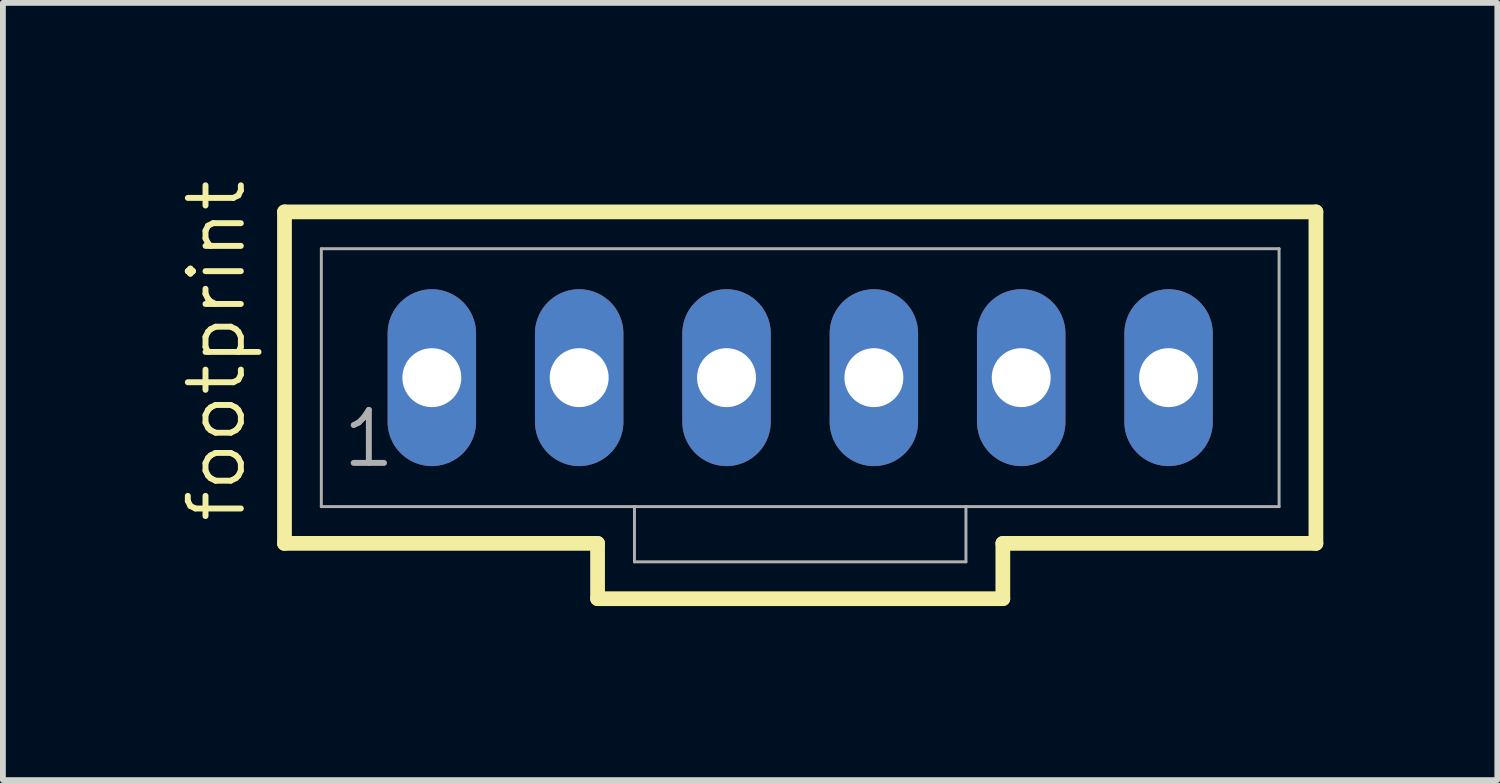
<source format=kicad_pcb>
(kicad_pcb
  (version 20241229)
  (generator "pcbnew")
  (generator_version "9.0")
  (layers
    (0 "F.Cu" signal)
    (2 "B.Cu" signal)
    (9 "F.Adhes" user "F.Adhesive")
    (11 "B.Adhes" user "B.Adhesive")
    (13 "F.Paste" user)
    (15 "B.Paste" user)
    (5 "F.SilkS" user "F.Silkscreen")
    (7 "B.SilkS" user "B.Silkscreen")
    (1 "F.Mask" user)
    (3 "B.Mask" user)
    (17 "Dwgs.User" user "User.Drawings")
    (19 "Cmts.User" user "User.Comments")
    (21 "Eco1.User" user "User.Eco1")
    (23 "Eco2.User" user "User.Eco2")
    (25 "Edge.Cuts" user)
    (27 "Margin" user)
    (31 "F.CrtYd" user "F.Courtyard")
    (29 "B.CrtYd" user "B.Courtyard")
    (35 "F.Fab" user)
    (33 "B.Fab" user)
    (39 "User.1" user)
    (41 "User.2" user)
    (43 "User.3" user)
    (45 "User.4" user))
  (footprint "footprint"
    (layer "F.Cu")
    (at 10.744 3.46)
    (property "Reference" "footprint" (at -9.525 2.54 90) (layer "F.SilkS") (effects (font (size 0.914 0.914) (thickness 0.102)) (justify left bottom)))
    (fp_line (start -8.89 -2.857) (end -8.89 2.857) (stroke (width 0.254) (type solid)) (layer "F.SilkS"))
    (fp_line (start -8.89 2.857) (end -3.493 2.857) (stroke (width 0.254) (type solid)) (layer "F.SilkS"))
    (fp_line (start -3.493 2.857) (end -3.493 3.81) (stroke (width 0.254) (type solid)) (layer "F.SilkS"))
    (fp_line (start -3.493 3.81) (end 3.493 3.81) (stroke (width 0.254) (type solid)) (layer "F.SilkS"))
    (fp_line (start 3.493 2.857) (end 8.89 2.857) (stroke (width 0.254) (type solid)) (layer "F.SilkS"))
    (fp_line (start 3.493 3.81) (end 3.493 2.857) (stroke (width 0.254) (type solid)) (layer "F.SilkS"))
    (fp_line (start 8.89 -2.857) (end -8.89 -2.857) (stroke (width 0.254) (type solid)) (layer "F.SilkS"))
    (fp_line (start 8.89 2.857) (end 8.89 -2.857) (stroke (width 0.254) (type solid)) (layer "F.SilkS"))
    (fp_line (start -8.255 -2.223) (end -8.255 2.223) (stroke (width 0.051) (type solid)) (layer "F.Fab"))
    (fp_line (start -8.255 -2.223) (end 8.255 -2.223) (stroke (width 0.051) (type solid)) (layer "F.Fab"))
    (fp_line (start -8.255 2.223) (end -2.857 2.223) (stroke (width 0.051) (type solid)) (layer "F.Fab"))
    (fp_line (start -2.857 2.223) (end -2.857 3.175) (stroke (width 0.051) (type solid)) (layer "F.Fab"))
    (fp_line (start -2.857 2.223) (end 2.857 2.223) (stroke (width 0.051) (type solid)) (layer "F.Fab"))
    (fp_line (start 2.857 2.223) (end 2.857 3.175) (stroke (width 0.051) (type solid)) (layer "F.Fab"))
    (fp_line (start 2.857 2.223) (end 8.255 2.223) (stroke (width 0.051) (type solid)) (layer "F.Fab"))
    (fp_line (start 2.857 3.175) (end -2.857 3.175) (stroke (width 0.051) (type solid)) (layer "F.Fab"))
    (fp_line (start 8.255 -2.223) (end 8.255 2.223) (stroke (width 0.051) (type solid)) (layer "F.Fab"))
    (fp_poly (pts (xy -6.588 0.238) (xy -6.112 0.238) (xy -6.112 -0.238) (xy -6.588 -0.238)) (stroke (width 0.1) (type solid)) (fill no) (layer "F.Fab"))
    (fp_poly (pts (xy -4.048 0.238) (xy -3.572 0.238) (xy -3.572 -0.238) (xy -4.048 -0.238)) (stroke (width 0.1) (type solid)) (fill no) (layer "F.Fab"))
    (fp_poly (pts (xy -1.508 0.238) (xy -1.032 0.238) (xy -1.032 -0.238) (xy -1.508 -0.238)) (stroke (width 0.1) (type solid)) (fill no) (layer "F.Fab"))
    (fp_poly (pts (xy 1.032 0.238) (xy 1.508 0.238) (xy 1.508 -0.238) (xy 1.032 -0.238)) (stroke (width 0.1) (type solid)) (fill no) (layer "F.Fab"))
    (fp_poly (pts (xy 3.572 0.238) (xy 4.048 0.238) (xy 4.048 -0.238) (xy 3.572 -0.238)) (stroke (width 0.1) (type solid)) (fill no) (layer "F.Fab"))
    (fp_poly (pts (xy 6.112 0.238) (xy 6.588 0.238) (xy 6.588 -0.238) (xy 6.112 -0.238)) (stroke (width 0.1) (type solid)) (fill no) (layer "F.Fab"))
    (fp_text user "1" (at -7.938 1.587 0) (layer "F.Fab") (effects (font (size 0.914 0.914) (thickness 0.102)) (justify left bottom)))
    (pad "1" thru_hole oval (at -6.35 0 90) (size 3.048 1.524) (drill 1.016) (layers "*.Cu" "*.Mask"))
    (pad "2" thru_hole oval (at -3.81 0 90) (size 3.048 1.524) (drill 1.016) (layers "*.Cu" "*.Mask"))
    (pad "3" thru_hole oval (at -1.27 0 90) (size 3.048 1.524) (drill 1.016) (layers "*.Cu" "*.Mask"))
    (pad "4" thru_hole oval (at 1.27 0 90) (size 3.048 1.524) (drill 1.016) (layers "*.Cu" "*.Mask"))
    (pad "5" thru_hole oval (at 3.81 0 90) (size 3.048 1.524) (drill 1.016) (layers "*.Cu" "*.Mask"))
    (pad "6" thru_hole oval (at 6.35 0 90) (size 3.048 1.524) (drill 1.016) (layers "*.Cu" "*.Mask")))
  (gr_rect
    (start -3 -3)
    (end 22.761 10.397)
    (stroke (width 0.1) (type default))
    (fill no)
    (layer "Edge.Cuts")))
</source>
